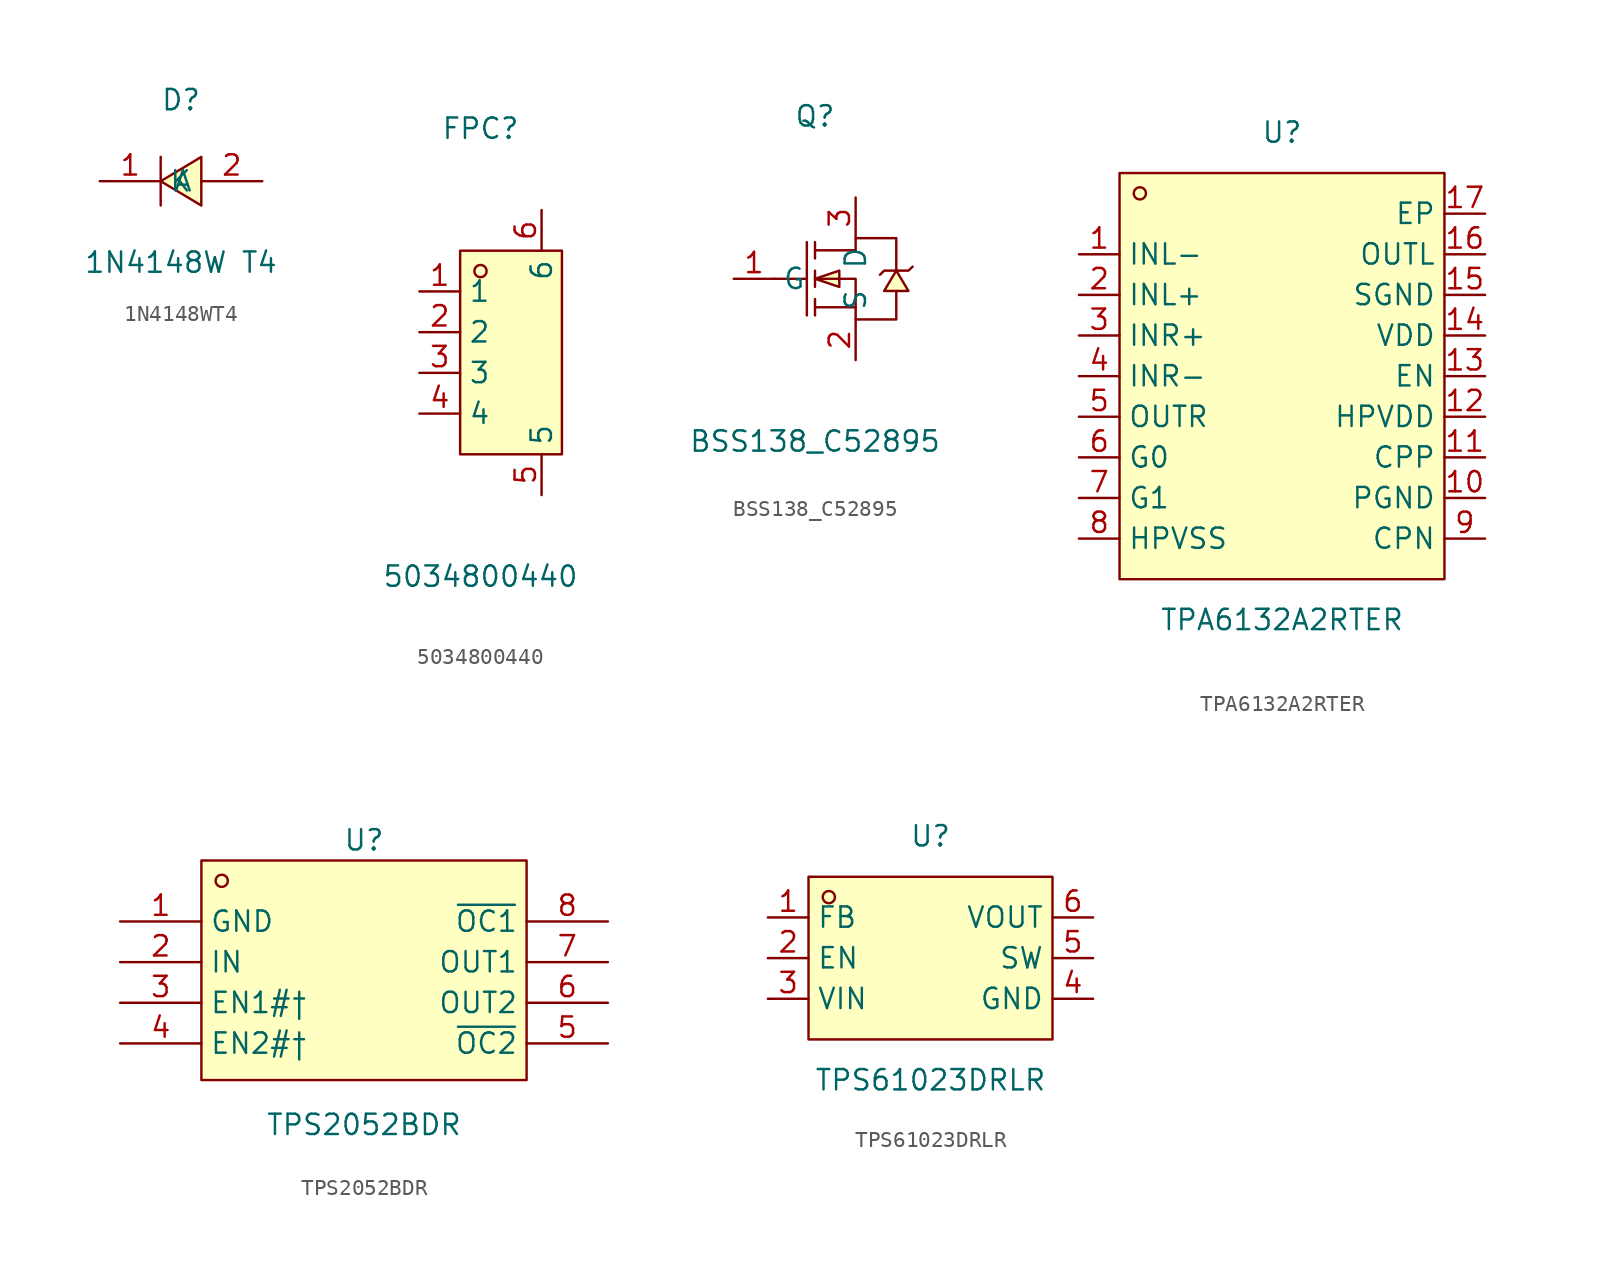
<source format=kicad_sym>
(kicad_symbol_lib
  (version 20211014)
  (generator https://github.com/uPesy/easyeda2kicad.py)
  (symbol "1N4148WT4"
    (property "Reference" "D"
      (at 0 5.08 0)
      (effects (font (size 1.27 1.27))))
    (property "Value" "1N4148W T4"
      (at 0 -5.08 0)
      (effects (font (size 1.27 1.27))))
    (symbol "1N4148WT4_0_1"
      (polyline (pts (xy 1.27 1.52) (xy -1.27 -0.00) (xy 1.27 -1.52) (xy 1.27 1.52)) (stroke (width 0) (type default) (color 0 0 0 0)) (fill (type background)))
      (polyline (pts (xy -1.27 -1.52) (xy -1.27 1.52)) (stroke (width 0) (type default) (color 0 0 0 0)) (fill (type none)))
      (pin unspecified line (at 5.08 -0.00 180) (length 3.81) (name "A" (effects (font (size 1.27 1.27)))) (number "2" (effects (font (size 1.27 1.27)))))
      (pin unspecified line (at -5.08 -0.00 0) (length 3.81) (name "K" (effects (font (size 1.27 1.27)))) (number "1" (effects (font (size 1.27 1.27)))))))
  (symbol "5034800440"
    (property "Reference" "FPC"
      (at 0 13.97 0)
      (effects (font (size 1.27 1.27))))
    (property "Value" "5034800440"
      (at 0 -13.97 0)
      (effects (font (size 1.27 1.27))))
    (symbol "5034800440_0_1"
      (rectangle (start -1.27 6.35) (end 5.08 -6.35) (stroke (width 0) (type default) (color 0 0 0 0)) (fill (type background)))
      (circle (center 0.00 5.08) (radius 0.38) (stroke (width 0) (type default) (color 0 0 0 0)) (fill (type none)))
      (pin unspecified line (at -3.81 3.81 0) (length 2.54) (name "1" (effects (font (size 1.27 1.27)))) (number "1" (effects (font (size 1.27 1.27)))))
      (pin unspecified line (at -3.81 1.27 0) (length 2.54) (name "2" (effects (font (size 1.27 1.27)))) (number "2" (effects (font (size 1.27 1.27)))))
      (pin unspecified line (at -3.81 -1.27 0) (length 2.54) (name "3" (effects (font (size 1.27 1.27)))) (number "3" (effects (font (size 1.27 1.27)))))
      (pin unspecified line (at -3.81 -3.81 0) (length 2.54) (name "4" (effects (font (size 1.27 1.27)))) (number "4" (effects (font (size 1.27 1.27)))))
      (pin unspecified line (at 3.81 8.89 270) (length 2.54) (name "6" (effects (font (size 1.27 1.27)))) (number "6" (effects (font (size 1.27 1.27)))))
      (pin unspecified line (at 3.81 -8.89 90) (length 2.54) (name "5" (effects (font (size 1.27 1.27)))) (number "5" (effects (font (size 1.27 1.27)))))))
  (symbol "BSS138_C52895"
    (property "Reference" "Q"
      (at 0 10.16 0)
      (effects (font (size 1.27 1.27))))
    (property "Value" "BSS138_C52895"
      (at 0 -10.16 0)
      (effects (font (size 1.27 1.27))))
    (symbol "BSS138_C52895_0_1"
      (polyline (pts (xy 0.00 1.78) (xy 2.54 1.78) (xy 2.54 2.54) (xy 5.08 2.54) (xy 5.08 0.51)) (stroke (width 0) (type default) (color 0 0 0 0)) (fill (type none)))
      (polyline (pts (xy 0.00 -0.00) (xy 2.54 -0.00) (xy 2.54 -2.54) (xy 5.08 -2.54) (xy 5.08 -0.76)) (stroke (width 0) (type default) (color 0 0 0 0)) (fill (type none)))
      (polyline (pts (xy 2.54 -1.78) (xy 0.00 -1.78)) (stroke (width 0) (type default) (color 0 0 0 0)) (fill (type none)))
      (polyline (pts (xy -0.51 2.29) (xy -0.51 -2.29)) (stroke (width 0) (type default) (color 0 0 0 0)) (fill (type none)))
      (polyline (pts (xy 0.00 2.29) (xy 0.00 1.27)) (stroke (width 0) (type default) (color 0 0 0 0)) (fill (type none)))
      (polyline (pts (xy 0.00 -0.51) (xy 0.00 0.51)) (stroke (width 0) (type default) (color 0 0 0 0)) (fill (type none)))
      (polyline (pts (xy 0.00 -2.29) (xy 0.00 -1.27)) (stroke (width 0) (type default) (color 0 0 0 0)) (fill (type none)))
      (polyline (pts (xy -2.54 -0.00) (xy -0.51 -0.00)) (stroke (width 0) (type default) (color 0 0 0 0)) (fill (type none)))
      (polyline (pts (xy 4.06 0.25) (xy 4.32 0.51) (xy 5.84 0.51) (xy 6.10 0.76)) (stroke (width 0) (type default) (color 0 0 0 0)) (fill (type none)))
      (polyline (pts (xy 5.08 0.51) (xy 5.84 -0.76) (xy 4.32 -0.76) (xy 5.08 0.51)) (stroke (width 0) (type default) (color 0 0 0 0)) (fill (type background)))
      (polyline (pts (xy 0.00 -0.00) (xy 1.52 0.51) (xy 1.52 -0.51) (xy 0.00 -0.00)) (stroke (width 0) (type default) (color 0 0 0 0)) (fill (type background)))
      (pin unspecified line (at 2.54 -5.08 90) (length 2.54) (name "S" (effects (font (size 1.27 1.27)))) (number "2" (effects (font (size 1.27 1.27)))))
      (pin unspecified line (at -5.08 -0.00 0) (length 2.54) (name "G" (effects (font (size 1.27 1.27)))) (number "1" (effects (font (size 1.27 1.27)))))
      (pin unspecified line (at 2.54 5.08 270) (length 2.54) (name "D" (effects (font (size 1.27 1.27)))) (number "3" (effects (font (size 1.27 1.27)))))))
  (symbol "TPA6132A2RTER"
    (property "Reference" "U"
      (at 0 15.24 0)
      (effects (font (size 1.27 1.27))))
    (property "Value" "TPA6132A2RTER"
      (at 0 -15.24 0)
      (effects (font (size 1.27 1.27))))
    (symbol "TPA6132A2RTER_0_1"
      (rectangle (start -10.16 12.70) (end 10.16 -12.70) (stroke (width 0) (type default) (color 0 0 0 0)) (fill (type background)))
      (circle (center -8.89 11.43) (radius 0.38) (stroke (width 0) (type default) (color 0 0 0 0)) (fill (type none)))
      (pin unspecified line (at -12.70 7.62 0) (length 2.54) (name "INL-" (effects (font (size 1.27 1.27)))) (number "1" (effects (font (size 1.27 1.27)))))
      (pin unspecified line (at -12.70 5.08 0) (length 2.54) (name "INL+" (effects (font (size 1.27 1.27)))) (number "2" (effects (font (size 1.27 1.27)))))
      (pin unspecified line (at -12.70 2.54 0) (length 2.54) (name "INR+" (effects (font (size 1.27 1.27)))) (number "3" (effects (font (size 1.27 1.27)))))
      (pin unspecified line (at -12.70 -0.00 0) (length 2.54) (name "INR-" (effects (font (size 1.27 1.27)))) (number "4" (effects (font (size 1.27 1.27)))))
      (pin unspecified line (at -12.70 -2.54 0) (length 2.54) (name "OUTR" (effects (font (size 1.27 1.27)))) (number "5" (effects (font (size 1.27 1.27)))))
      (pin unspecified line (at -12.70 -5.08 0) (length 2.54) (name "G0" (effects (font (size 1.27 1.27)))) (number "6" (effects (font (size 1.27 1.27)))))
      (pin unspecified line (at -12.70 -7.62 0) (length 2.54) (name "G1" (effects (font (size 1.27 1.27)))) (number "7" (effects (font (size 1.27 1.27)))))
      (pin unspecified line (at -12.70 -10.16 0) (length 2.54) (name "HPVSS" (effects (font (size 1.27 1.27)))) (number "8" (effects (font (size 1.27 1.27)))))
      (pin unspecified line (at 12.70 -10.16 180) (length 2.54) (name "CPN" (effects (font (size 1.27 1.27)))) (number "9" (effects (font (size 1.27 1.27)))))
      (pin unspecified line (at 12.70 -7.62 180) (length 2.54) (name "PGND" (effects (font (size 1.27 1.27)))) (number "10" (effects (font (size 1.27 1.27)))))
      (pin unspecified line (at 12.70 -5.08 180) (length 2.54) (name "CPP" (effects (font (size 1.27 1.27)))) (number "11" (effects (font (size 1.27 1.27)))))
      (pin unspecified line (at 12.70 -2.54 180) (length 2.54) (name "HPVDD" (effects (font (size 1.27 1.27)))) (number "12" (effects (font (size 1.27 1.27)))))
      (pin unspecified line (at 12.70 -0.00 180) (length 2.54) (name "EN" (effects (font (size 1.27 1.27)))) (number "13" (effects (font (size 1.27 1.27)))))
      (pin unspecified line (at 12.70 2.54 180) (length 2.54) (name "VDD" (effects (font (size 1.27 1.27)))) (number "14" (effects (font (size 1.27 1.27)))))
      (pin unspecified line (at 12.70 5.08 180) (length 2.54) (name "SGND" (effects (font (size 1.27 1.27)))) (number "15" (effects (font (size 1.27 1.27)))))
      (pin unspecified line (at 12.70 7.62 180) (length 2.54) (name "OUTL" (effects (font (size 1.27 1.27)))) (number "16" (effects (font (size 1.27 1.27)))))
      (pin unspecified line (at 12.70 10.16 180) (length 2.54) (name "EP" (effects (font (size 1.27 1.27)))) (number "17" (effects (font (size 1.27 1.27)))))))
  (symbol "TPS2052BDR"
    (property "Reference" "U"
      (at 0 7.62 0)
      (effects (font (size 1.27 1.27))))
    (property "Value" "TPS2052BDR"
      (at 0 -10.16 0)
      (effects (font (size 1.27 1.27))))
    (symbol "TPS2052BDR_0_1"
      (rectangle (start -10.16 6.35) (end 10.16 -7.37) (stroke (width 0) (type default) (color 0 0 0 0)) (fill (type background)))
      (circle (center -8.89 5.08) (radius 0.38) (stroke (width 0) (type default) (color 0 0 0 0)) (fill (type none)))
      (pin input line (at -15.24 -0.00 0) (length 5.08) (name "IN" (effects (font (size 1.27 1.27)))) (number "2" (effects (font (size 1.27 1.27)))))
      (pin input line (at -15.24 -2.54 0) (length 5.08) (name "EN1#†" (effects (font (size 1.27 1.27)))) (number "3" (effects (font (size 1.27 1.27)))))
      (pin input line (at -15.24 -5.08 0) (length 5.08) (name "EN2#†" (effects (font (size 1.27 1.27)))) (number "4" (effects (font (size 1.27 1.27)))))
      (pin unspecified line (at -15.24 2.54 0) (length 5.08) (name "GND" (effects (font (size 1.27 1.27)))) (number "1" (effects (font (size 1.27 1.27)))))
      (pin output line (at 15.24 2.54 180) (length 5.08) (name "~{OC1}" (effects (font (size 1.27 1.27)))) (number "8" (effects (font (size 1.27 1.27)))))
      (pin output line (at 15.24 -5.08 180) (length 5.08) (name "~{OC2}" (effects (font (size 1.27 1.27)))) (number "5" (effects (font (size 1.27 1.27)))))
      (pin output line (at 15.24 -0.00 180) (length 5.08) (name "OUT1" (effects (font (size 1.27 1.27)))) (number "7" (effects (font (size 1.27 1.27)))))
      (pin output line (at 15.24 -2.54 180) (length 5.08) (name "OUT2" (effects (font (size 1.27 1.27)))) (number "6" (effects (font (size 1.27 1.27)))))))
  (symbol "TPS61023DRLR"
    (property "Reference" "U"
      (at 0 7.62 0)
      (effects (font (size 1.27 1.27))))
    (property "Value" "TPS61023DRLR"
      (at 0 -7.62 0)
      (effects (font (size 1.27 1.27))))
    (symbol "TPS61023DRLR_0_1"
      (rectangle (start -7.62 5.08) (end 7.62 -5.08) (stroke (width 0) (type default) (color 0 0 0 0)) (fill (type background)))
      (circle (center -6.35 3.81) (radius 0.38) (stroke (width 0) (type default) (color 0 0 0 0)) (fill (type none)))
      (pin unspecified line (at -10.16 2.54 0) (length 2.54) (name "FB" (effects (font (size 1.27 1.27)))) (number "1" (effects (font (size 1.27 1.27)))))
      (pin unspecified line (at -10.16 -0.00 0) (length 2.54) (name "EN" (effects (font (size 1.27 1.27)))) (number "2" (effects (font (size 1.27 1.27)))))
      (pin unspecified line (at -10.16 -2.54 0) (length 2.54) (name "VIN" (effects (font (size 1.27 1.27)))) (number "3" (effects (font (size 1.27 1.27)))))
      (pin unspecified line (at 10.16 -2.54 180) (length 2.54) (name "GND" (effects (font (size 1.27 1.27)))) (number "4" (effects (font (size 1.27 1.27)))))
      (pin unspecified line (at 10.16 -0.00 180) (length 2.54) (name "SW" (effects (font (size 1.27 1.27)))) (number "5" (effects (font (size 1.27 1.27)))))
      (pin unspecified line (at 10.16 2.54 180) (length 2.54) (name "VOUT" (effects (font (size 1.27 1.27)))) (number "6" (effects (font (size 1.27 1.27))))))))
</source>
